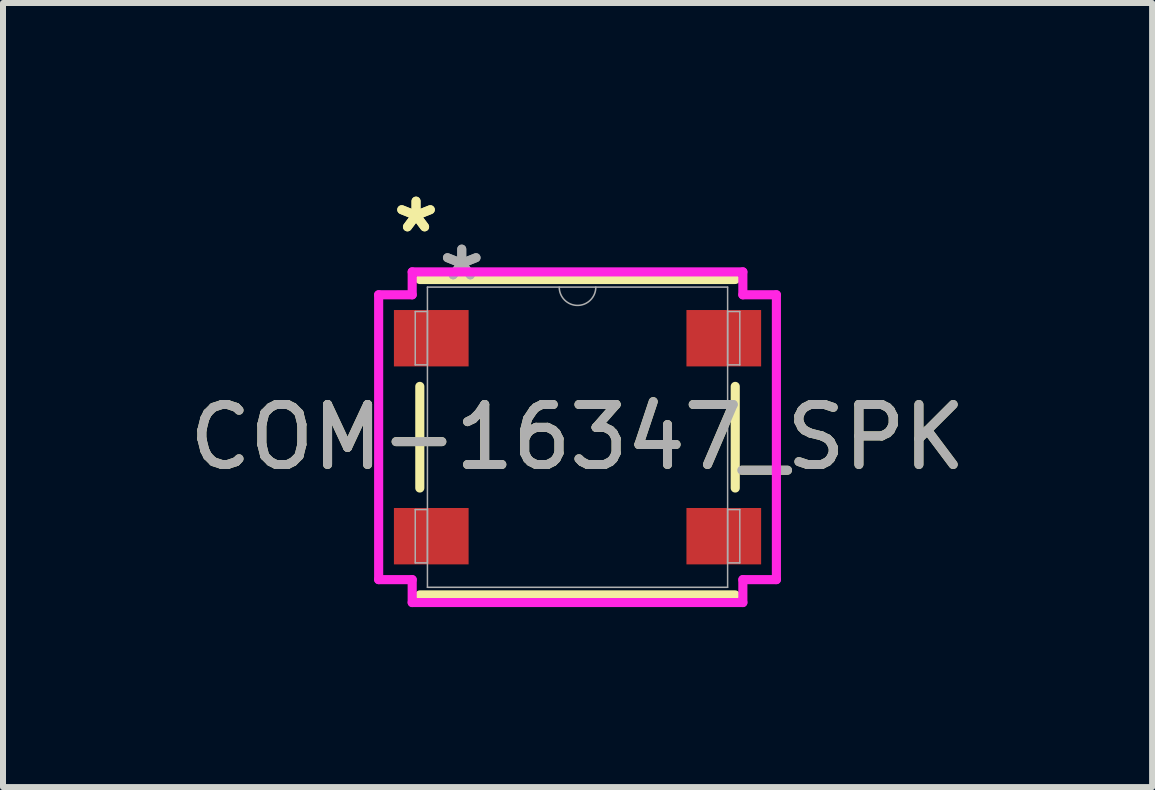
<source format=kicad_pcb>
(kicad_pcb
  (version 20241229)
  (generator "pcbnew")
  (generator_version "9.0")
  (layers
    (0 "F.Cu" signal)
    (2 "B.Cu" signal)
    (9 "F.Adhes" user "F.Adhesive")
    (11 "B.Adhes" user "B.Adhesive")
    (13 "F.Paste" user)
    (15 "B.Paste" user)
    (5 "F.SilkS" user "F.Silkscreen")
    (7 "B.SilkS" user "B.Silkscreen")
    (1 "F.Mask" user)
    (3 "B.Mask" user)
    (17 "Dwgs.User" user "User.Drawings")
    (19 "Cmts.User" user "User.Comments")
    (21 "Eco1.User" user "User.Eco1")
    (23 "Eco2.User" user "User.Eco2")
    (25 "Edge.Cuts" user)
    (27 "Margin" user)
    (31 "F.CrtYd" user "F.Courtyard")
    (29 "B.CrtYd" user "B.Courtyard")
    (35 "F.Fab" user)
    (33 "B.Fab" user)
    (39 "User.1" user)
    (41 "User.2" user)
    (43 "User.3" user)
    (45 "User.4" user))
  (footprint "COM-16347_SPK"
    (layer "F.Cu")
    (at 6.577 4.238)
    (property "Reference" "COM-16347_SPK" (at 0 0 0) (unlocked yes) (layer "F.SilkS") (effects (font (size 1 1) (thickness 0.15))))
    (attr smd)
    (fp_line (start -2.629 -0.847) (end -2.629 0.847) (stroke (width 0.152) (type solid)) (layer "F.SilkS"))
    (fp_line (start -2.629 2.629) (end 2.629 2.629) (stroke (width 0.152) (type solid)) (layer "F.SilkS"))
    (fp_line (start 2.629 -2.629) (end -2.629 -2.629) (stroke (width 0.152) (type solid)) (layer "F.SilkS"))
    (fp_line (start 2.629 0.847) (end 2.629 -0.847) (stroke (width 0.152) (type solid)) (layer "F.SilkS"))
    (fp_line (start -3.315 -2.374) (end -2.756 -2.374) (stroke (width 0.152) (type solid)) (layer "F.CrtYd"))
    (fp_line (start -3.315 2.374) (end -3.315 -2.374) (stroke (width 0.152) (type solid)) (layer "F.CrtYd"))
    (fp_line (start -3.315 2.374) (end -2.756 2.374) (stroke (width 0.152) (type solid)) (layer "F.CrtYd"))
    (fp_line (start -2.756 -2.756) (end 2.756 -2.756) (stroke (width 0.152) (type solid)) (layer "F.CrtYd"))
    (fp_line (start -2.756 -2.374) (end -2.756 -2.756) (stroke (width 0.152) (type solid)) (layer "F.CrtYd"))
    (fp_line (start -2.756 2.756) (end -2.756 2.374) (stroke (width 0.152) (type solid)) (layer "F.CrtYd"))
    (fp_line (start 2.756 -2.756) (end 2.756 -2.374) (stroke (width 0.152) (type solid)) (layer "F.CrtYd"))
    (fp_line (start 2.756 2.374) (end 2.756 2.756) (stroke (width 0.152) (type solid)) (layer "F.CrtYd"))
    (fp_line (start 2.756 2.756) (end -2.756 2.756) (stroke (width 0.152) (type solid)) (layer "F.CrtYd"))
    (fp_line (start 3.315 -2.374) (end 2.756 -2.374) (stroke (width 0.152) (type solid)) (layer "F.CrtYd"))
    (fp_line (start 3.315 -2.374) (end 3.315 2.374) (stroke (width 0.152) (type solid)) (layer "F.CrtYd"))
    (fp_line (start 3.315 2.374) (end 2.756 2.374) (stroke (width 0.152) (type solid)) (layer "F.CrtYd"))
    (fp_line (start -2.705 -2.095) (end -2.705 -1.206) (stroke (width 0.025) (type solid)) (layer "F.Fab"))
    (fp_line (start -2.705 -1.206) (end -2.502 -1.206) (stroke (width 0.025) (type solid)) (layer "F.Fab"))
    (fp_line (start -2.705 1.206) (end -2.705 2.095) (stroke (width 0.025) (type solid)) (layer "F.Fab"))
    (fp_line (start -2.705 2.095) (end -2.502 2.095) (stroke (width 0.025) (type solid)) (layer "F.Fab"))
    (fp_line (start -2.502 -2.502) (end -2.502 2.502) (stroke (width 0.025) (type solid)) (layer "F.Fab"))
    (fp_line (start -2.502 -2.095) (end -2.705 -2.095) (stroke (width 0.025) (type solid)) (layer "F.Fab"))
    (fp_line (start -2.502 -1.206) (end -2.502 -2.095) (stroke (width 0.025) (type solid)) (layer "F.Fab"))
    (fp_line (start -2.502 1.206) (end -2.705 1.206) (stroke (width 0.025) (type solid)) (layer "F.Fab"))
    (fp_line (start -2.502 2.095) (end -2.502 1.206) (stroke (width 0.025) (type solid)) (layer "F.Fab"))
    (fp_line (start -2.502 2.502) (end 2.502 2.502) (stroke (width 0.025) (type solid)) (layer "F.Fab"))
    (fp_line (start 2.502 -2.502) (end -2.502 -2.502) (stroke (width 0.025) (type solid)) (layer "F.Fab"))
    (fp_line (start 2.502 -2.095) (end 2.502 -1.206) (stroke (width 0.025) (type solid)) (layer "F.Fab"))
    (fp_line (start 2.502 -1.206) (end 2.705 -1.206) (stroke (width 0.025) (type solid)) (layer "F.Fab"))
    (fp_line (start 2.502 1.206) (end 2.502 2.095) (stroke (width 0.025) (type solid)) (layer "F.Fab"))
    (fp_line (start 2.502 2.095) (end 2.705 2.095) (stroke (width 0.025) (type solid)) (layer "F.Fab"))
    (fp_line (start 2.502 2.502) (end 2.502 -2.502) (stroke (width 0.025) (type solid)) (layer "F.Fab"))
    (fp_line (start 2.705 -2.095) (end 2.502 -2.095) (stroke (width 0.025) (type solid)) (layer "F.Fab"))
    (fp_line (start 2.705 -1.206) (end 2.705 -2.095) (stroke (width 0.025) (type solid)) (layer "F.Fab"))
    (fp_line (start 2.705 1.206) (end 2.502 1.206) (stroke (width 0.025) (type solid)) (layer "F.Fab"))
    (fp_line (start 2.705 2.095) (end 2.705 1.206) (stroke (width 0.025) (type solid)) (layer "F.Fab"))
    (fp_arc (start 0.3048 -2.5019) (mid 0 -2.1971) (end -0.3048 -2.5019) (stroke (width 0.0254) (type solid)) (layer "F.Fab"))
    (fp_text user "*" (at -2.692 -3.39 0) (layer "F.SilkS") (effects (font (size 1 1) (thickness 0.15))))
    (fp_text user "*" (at -2.692 -3.39 0) (unlocked yes) (layer "F.SilkS") (effects (font (size 1 1) (thickness 0.15))))
    (fp_text user "*" (at -1.93 -2.59 0) (unlocked yes) (layer "F.Fab") (effects (font (size 1 1) (thickness 0.15))))
    (fp_text user "*" (at -1.93 -2.59 0) (layer "F.Fab") (effects (font (size 1 1) (thickness 0.15))))
    (fp_text user "${REFERENCE}" (at 0 0 0) (unlocked yes) (layer "F.Fab") (effects (font (size 1 1) (thickness 0.15))))
    (pad "1" smd rect (at -2.438 -1.65) (size 1.245 0.94) (layers "F.Cu" "F.Mask" "F.Paste"))
    (pad "2" smd rect (at -2.438 1.65) (size 1.245 0.94) (layers "F.Cu" "F.Mask" "F.Paste"))
    (pad "3" smd rect (at 2.438 1.65) (size 1.245 0.94) (layers "F.Cu" "F.Mask" "F.Paste"))
    (pad "4" smd rect (at 2.438 -1.65) (size 1.245 0.94) (layers "F.Cu" "F.Mask" "F.Paste")))
  (gr_rect
    (start -3 -3)
    (end 16.155 10.07)
    (stroke (width 0.1) (type default))
    (fill no)
    (layer "Edge.Cuts")))
</source>
